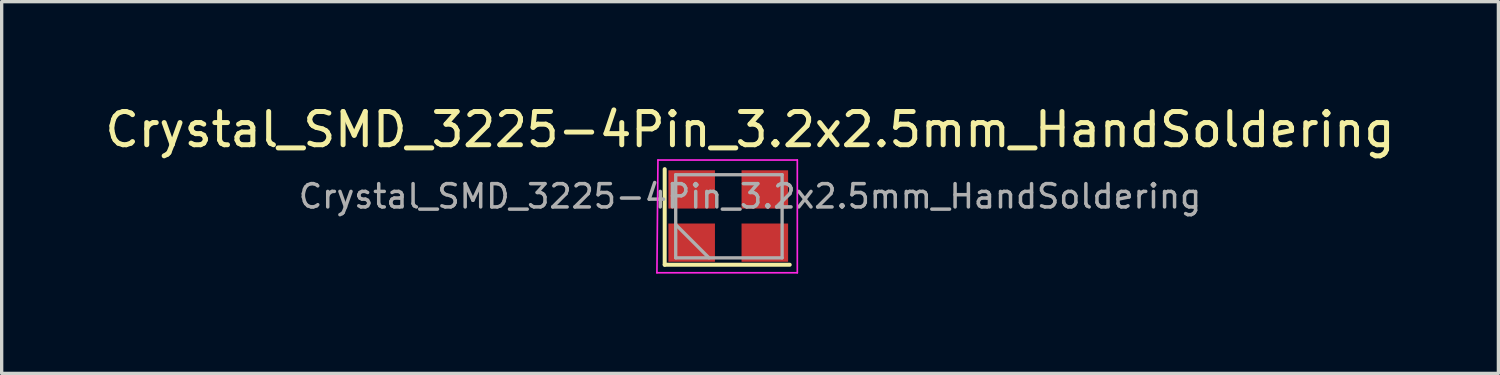
<source format=kicad_pcb>
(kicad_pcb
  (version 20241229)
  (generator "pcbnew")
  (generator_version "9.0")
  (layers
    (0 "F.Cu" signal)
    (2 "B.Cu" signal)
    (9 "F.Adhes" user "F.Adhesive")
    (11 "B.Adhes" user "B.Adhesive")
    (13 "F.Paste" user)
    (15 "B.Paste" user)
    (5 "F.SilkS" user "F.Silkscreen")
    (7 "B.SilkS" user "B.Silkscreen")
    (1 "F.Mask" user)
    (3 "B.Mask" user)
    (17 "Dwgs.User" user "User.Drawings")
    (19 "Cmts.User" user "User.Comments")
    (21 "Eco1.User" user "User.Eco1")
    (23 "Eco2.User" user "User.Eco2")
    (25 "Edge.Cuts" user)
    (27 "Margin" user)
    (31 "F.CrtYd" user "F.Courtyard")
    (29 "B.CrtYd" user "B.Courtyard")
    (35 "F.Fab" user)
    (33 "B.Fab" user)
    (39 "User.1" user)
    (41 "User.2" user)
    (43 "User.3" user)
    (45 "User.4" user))
  (footprint "Crystal_SMD_3225-4Pin_3.2x2.5mm_HandSoldering"
    (layer "F.Cu")
    (at 18.82 3.48)
    (property "Reference" "Crystal_SMD_3225-4Pin_3.2x2.5mm_HandSoldering" (at 0.686 -2.632 0) (layer "F.SilkS") (effects (font (size 1 1) (thickness 0.15))))
    (attr smd)
    (fp_line (start -1.88 -1.443) (end -1.88 1.432) (stroke (width 0.12) (type solid)) (layer "F.SilkS"))
    (fp_line (start -1.88 1.432) (end 1.88 1.432) (stroke (width 0.12) (type solid)) (layer "F.SilkS"))
    (fp_line (start -2.114 1.674) (end 2.108 1.674) (stroke (width 0.05) (type solid)) (layer "F.CrtYd"))
    (fp_line (start -2.083 -1.718) (end -2.114 1.674) (stroke (width 0.05) (type solid)) (layer "F.CrtYd"))
    (fp_line (start 2.108 -1.718) (end -2.083 -1.718) (stroke (width 0.05) (type solid)) (layer "F.CrtYd"))
    (fp_line (start 2.108 1.674) (end 2.108 -1.718) (stroke (width 0.05) (type solid)) (layer "F.CrtYd"))
    (fp_line (start -1.549 -1.276) (end -1.549 1.224) (stroke (width 0.1) (type solid)) (layer "F.Fab"))
    (fp_line (start -1.549 0.224) (end -0.549 1.224) (stroke (width 0.1) (type solid)) (layer "F.Fab"))
    (fp_line (start -1.549 1.224) (end 1.651 1.224) (stroke (width 0.1) (type solid)) (layer "F.Fab"))
    (fp_line (start 1.651 -1.276) (end -1.549 -1.276) (stroke (width 0.1) (type solid)) (layer "F.Fab"))
    (fp_line (start 1.651 1.224) (end 1.651 -1.276) (stroke (width 0.1) (type solid)) (layer "F.Fab"))
    (fp_text user "${REFERENCE}" (at 0.686 -0.626 0) (layer "F.Fab") (effects (font (size 0.7 0.7) (thickness 0.105))))
    (pad "1" smd rect (at -1.069 -0.833) (size 1.4 1.15) (layers "F.Cu" "F.Mask" "F.Paste"))
    (pad "2" smd rect (at 1.131 -0.833) (size 1.4 1.15) (layers "F.Cu" "F.Mask" "F.Paste"))
    (pad "3" smd rect (at 1.131 0.767) (size 1.4 1.15) (layers "F.Cu" "F.Mask" "F.Paste"))
    (pad "4" smd rect (at -1.069 0.767) (size 1.4 1.15) (layers "F.Cu" "F.Mask" "F.Paste")))
  (gr_rect
    (start -3 -3)
    (end 42.012 8.18)
    (stroke (width 0.1) (type default))
    (fill no)
    (layer "Edge.Cuts")))
</source>
